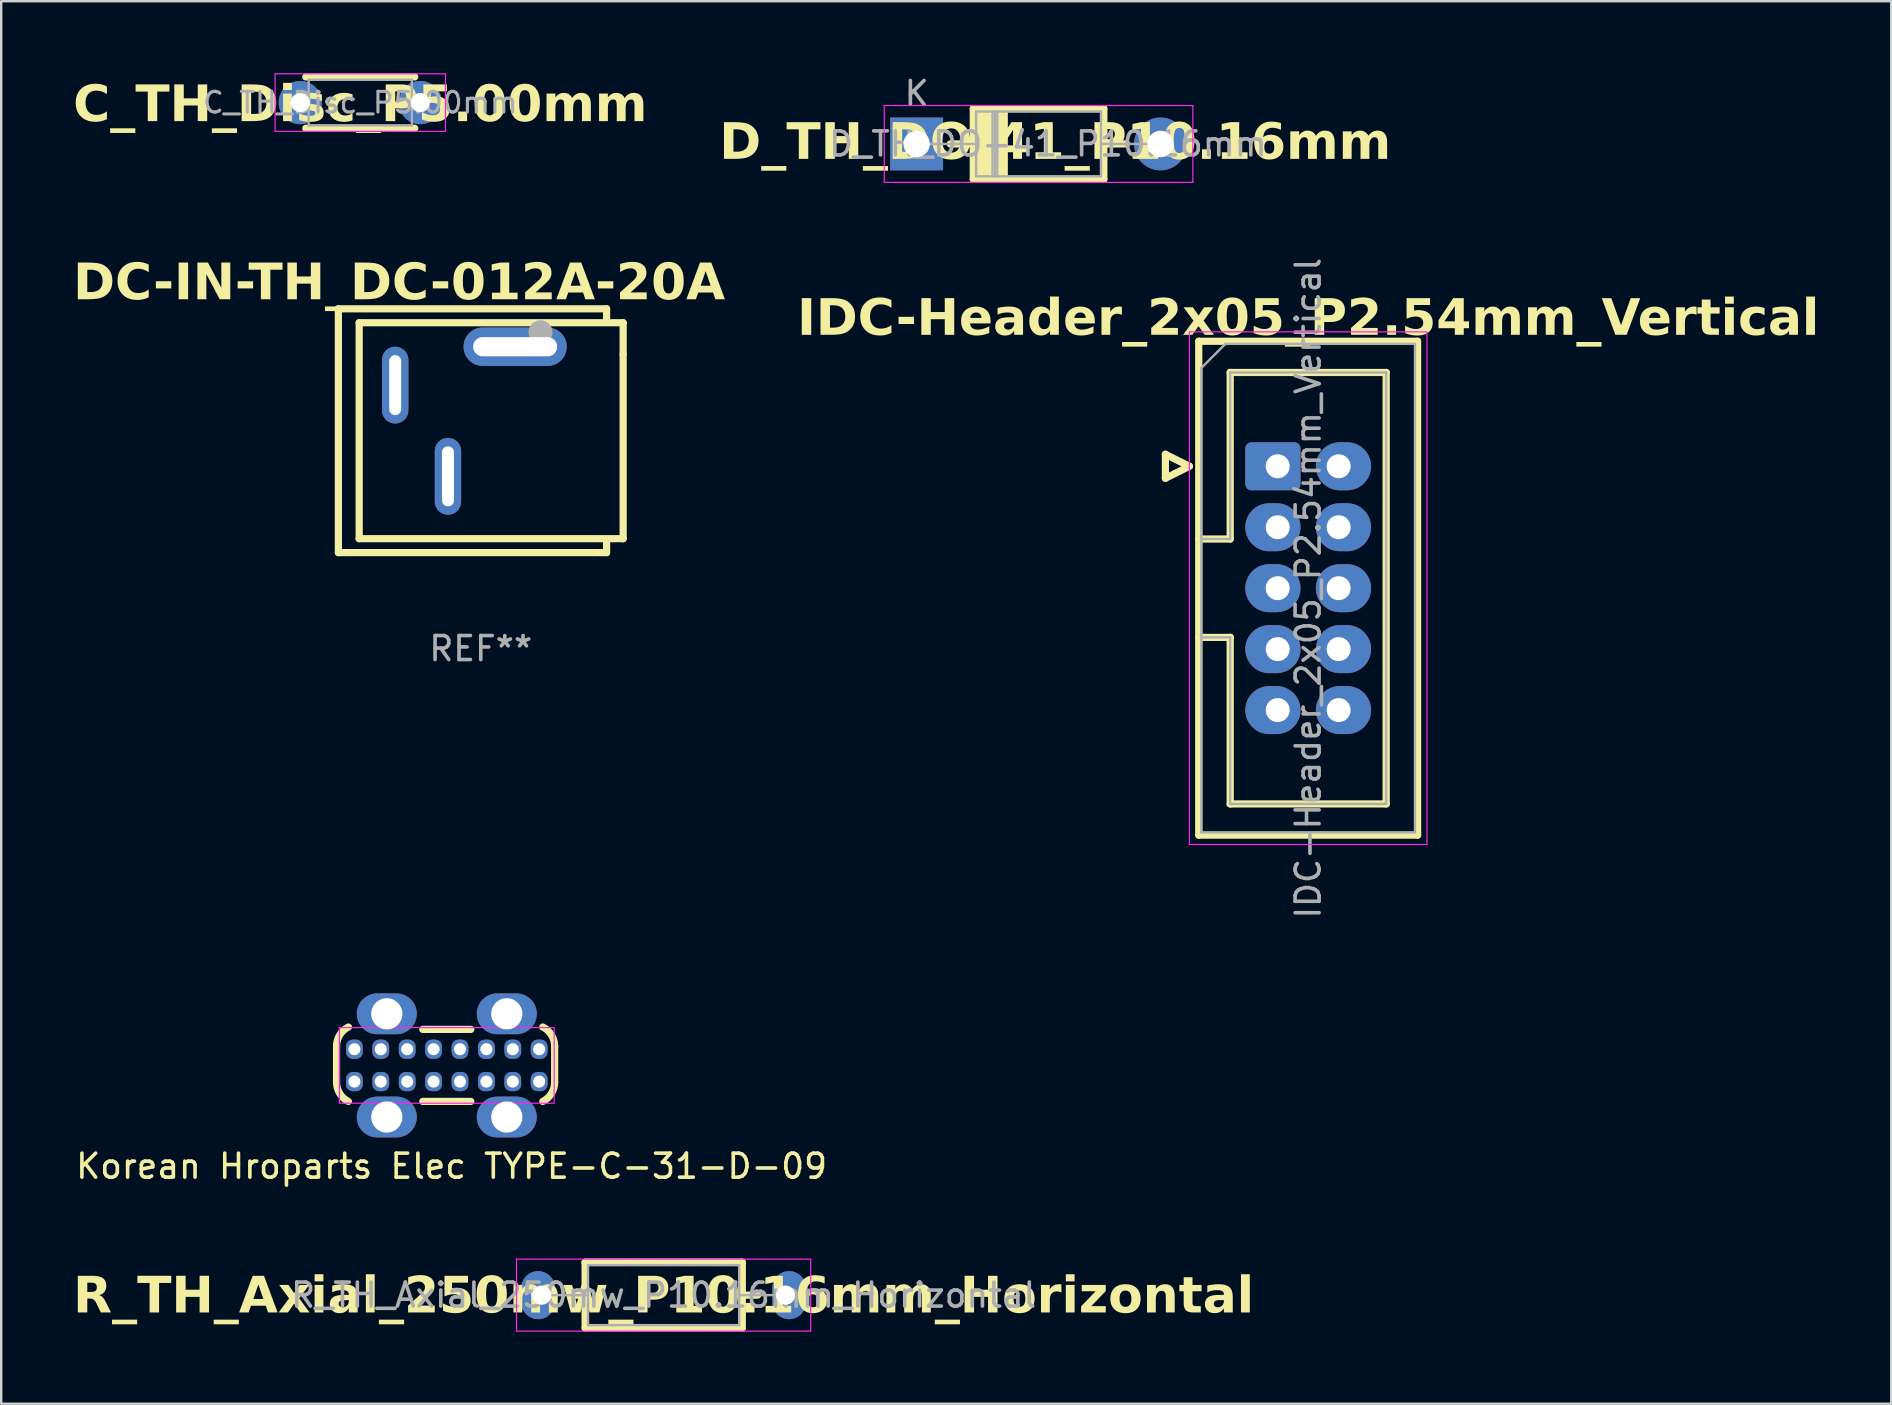
<source format=kicad_pcb>
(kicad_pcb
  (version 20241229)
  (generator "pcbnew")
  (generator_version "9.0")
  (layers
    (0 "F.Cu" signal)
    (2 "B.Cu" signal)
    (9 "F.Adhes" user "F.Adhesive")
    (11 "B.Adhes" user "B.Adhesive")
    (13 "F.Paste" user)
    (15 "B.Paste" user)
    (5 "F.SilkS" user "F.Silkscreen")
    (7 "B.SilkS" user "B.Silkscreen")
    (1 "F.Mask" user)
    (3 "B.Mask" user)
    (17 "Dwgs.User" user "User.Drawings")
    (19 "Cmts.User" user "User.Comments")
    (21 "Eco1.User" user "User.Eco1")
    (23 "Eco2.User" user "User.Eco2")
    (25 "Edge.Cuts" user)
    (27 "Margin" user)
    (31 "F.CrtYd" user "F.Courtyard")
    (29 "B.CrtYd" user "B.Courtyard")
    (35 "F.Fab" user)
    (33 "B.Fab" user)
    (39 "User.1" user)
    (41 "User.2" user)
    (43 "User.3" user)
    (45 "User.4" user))
  (footprint "C_TH_Disc_P5.00mm"
    (layer "F.Cu")
    (at 9.463 1.225)
    (property "Reference" "C_TH_Disc_P5.00mm" (at 2.5 0.15 0) (layer "F.SilkS") (effects (font (face "Dosis") (size 1.5 1.5) (thickness 0.2) (bold yes))))
    (attr through_hole)
    (fp_line (start 0.23 -1.07) (end 0.23 -1.055) (stroke (width 0.12) (type solid)) (layer "F.SilkS"))
    (fp_line (start 0.23 -1.07) (end 4.77 -1.07) (stroke (width 0.3) (type solid)) (layer "F.SilkS"))
    (fp_line (start 0.23 1.055) (end 0.23 1.07) (stroke (width 0.12) (type solid)) (layer "F.SilkS"))
    (fp_line (start 0.23 1.07) (end 4.77 1.07) (stroke (width 0.3) (type solid)) (layer "F.SilkS"))
    (fp_line (start 4.77 -1.07) (end 4.77 -1.055) (stroke (width 0.12) (type solid)) (layer "F.SilkS"))
    (fp_line (start 4.77 1.055) (end 4.77 1.07) (stroke (width 0.12) (type solid)) (layer "F.SilkS"))
    (fp_line (start -1.05 -1.2) (end -1.05 1.2) (stroke (width 0.05) (type solid)) (layer "F.CrtYd"))
    (fp_line (start -1.05 1.2) (end 6.05 1.2) (stroke (width 0.05) (type solid)) (layer "F.CrtYd"))
    (fp_line (start 6.05 -1.2) (end -1.05 -1.2) (stroke (width 0.05) (type solid)) (layer "F.CrtYd"))
    (fp_line (start 6.05 1.2) (end 6.05 -1.2) (stroke (width 0.05) (type solid)) (layer "F.CrtYd"))
    (fp_line (start 0.35 -0.95) (end 0.35 0.95) (stroke (width 0.1) (type solid)) (layer "F.Fab"))
    (fp_line (start 0.35 0.95) (end 4.65 0.95) (stroke (width 0.1) (type solid)) (layer "F.Fab"))
    (fp_line (start 4.65 -0.95) (end 0.35 -0.95) (stroke (width 0.1) (type solid)) (layer "F.Fab"))
    (fp_line (start 4.65 0.95) (end 4.65 -0.95) (stroke (width 0.1) (type solid)) (layer "F.Fab"))
    (fp_text user "${REFERENCE}" (at 2.5 0 0) (layer "F.Fab") (effects (font (size 0.86 0.86) (thickness 0.129))))
    (pad "1" thru_hole circle (at 0 0) (size 1.8 1.8) (drill 0.8) (layers "*.Cu" "*.Mask"))
    (pad "2" thru_hole circle (at 5 0) (size 1.8 1.8) (drill 0.8) (layers "*.Cu" "*.Mask")))
  (footprint "D_TH_DO-41_P10.16mm"
    (layer "F.Cu")
    (at 35.148 2.948)
    (property "Reference" "D_TH_DO-41_P10.16mm" (at 5.775 0 0) (layer "F.SilkS") (effects (font (face "Dosis") (size 1.5 1.5) (thickness 0.2) (bold yes))))
    (attr through_hole)
    (fp_line (start 1.4 0) (end 2.35 0) (stroke (width 0.3) (type solid)) (layer "F.SilkS"))
    (fp_line (start 2.36 -1.47) (end 2.36 1.47) (stroke (width 0.3) (type solid)) (layer "F.SilkS"))
    (fp_line (start 2.36 1.47) (end 7.8 1.47) (stroke (width 0.3) (type solid)) (layer "F.SilkS"))
    (fp_line (start 7.8 -1.47) (end 2.36 -1.47) (stroke (width 0.3) (type solid)) (layer "F.SilkS"))
    (fp_line (start 7.8 -1.47) (end 3.75 -1.5) (stroke (width 0.12) (type default)) (layer "F.SilkS"))
    (fp_line (start 7.8 0) (end 8.75 0) (stroke (width 0.3) (type solid)) (layer "F.SilkS"))
    (fp_line (start 7.8 1.47) (end 7.8 -1.47) (stroke (width 0.3) (type solid)) (layer "F.SilkS"))
    (fp_poly (pts (xy 2.36 -1.47) (xy 2.36 1.47) (xy 3.75 1.5) (xy 3.75 -1.5)) (stroke (width 0.1) (type solid)) (fill yes) (layer "F.SilkS"))
    (fp_line (start -1.35 -1.6) (end -1.35 1.6) (stroke (width 0.05) (type solid)) (layer "F.CrtYd"))
    (fp_line (start -1.35 1.6) (end 11.51 1.6) (stroke (width 0.05) (type solid)) (layer "F.CrtYd"))
    (fp_line (start 11.51 -1.6) (end -1.35 -1.6) (stroke (width 0.05) (type solid)) (layer "F.CrtYd"))
    (fp_line (start 11.51 1.6) (end 11.51 -1.6) (stroke (width 0.05) (type solid)) (layer "F.CrtYd"))
    (fp_line (start 0 0) (end 2.48 0) (stroke (width 0.1) (type solid)) (layer "F.Fab"))
    (fp_line (start 2.48 -1.35) (end 2.48 1.35) (stroke (width 0.1) (type solid)) (layer "F.Fab"))
    (fp_line (start 2.48 1.35) (end 7.68 1.35) (stroke (width 0.1) (type solid)) (layer "F.Fab"))
    (fp_line (start 3.16 -1.35) (end 3.16 1.35) (stroke (width 0.1) (type solid)) (layer "F.Fab"))
    (fp_line (start 3.26 -1.35) (end 3.26 1.35) (stroke (width 0.1) (type solid)) (layer "F.Fab"))
    (fp_line (start 3.36 -1.35) (end 3.36 1.35) (stroke (width 0.1) (type solid)) (layer "F.Fab"))
    (fp_line (start 7.68 -1.35) (end 2.48 -1.35) (stroke (width 0.1) (type solid)) (layer "F.Fab"))
    (fp_line (start 7.68 1.35) (end 7.68 -1.35) (stroke (width 0.1) (type solid)) (layer "F.Fab"))
    (fp_line (start 10.16 0) (end 7.68 0) (stroke (width 0.1) (type solid)) (layer "F.Fab"))
    (fp_text user "K" (at 0 -2.1 0) (layer "F.Fab") (effects (font (size 1 1) (thickness 0.15))))
    (fp_text user "${REFERENCE}" (at 5.47 0 0) (layer "F.Fab") (effects (font (size 1 1) (thickness 0.15))))
    (pad "1" thru_hole rect (at 0 0) (size 2.2 2.2) (drill 1.1) (layers "*.Cu" "*.Mask"))
    (pad "2" thru_hole oval (at 10.16 0) (size 2.2 2.2) (drill 1.1) (layers "*.Cu" "*.Mask")))
  (footprint "DC-IN-TH_DC-012A-20A"
    (layer "F.Cu")
    (at 16.984 14.898)
    (property "Reference" "DC-IN-TH_DC-012A-20A" (at -3.4 -6.1 0) (layer "F.SilkS") (effects (font (face "Dosis") (size 1.5 1.5) (thickness 0.3) (bold yes))))
    (attr through_hole)
    (fp_line (start -5.933 -5.08) (end -5.933 5.08) (stroke (width 0.3) (type solid)) (layer "F.SilkS"))
    (fp_line (start -5.933 5.08) (end 5.243 5.08) (stroke (width 0.3) (type solid)) (layer "F.SilkS"))
    (fp_line (start -5.067 4.5) (end -5.067 -4.5) (stroke (width 0.3) (type solid)) (layer "F.SilkS"))
    (fp_line (start -5.067 4.5) (end 5.933 4.5) (stroke (width 0.3) (type solid)) (layer "F.SilkS"))
    (fp_line (start 5.243 -5.08) (end -5.933 -5.08) (stroke (width 0.3) (type solid)) (layer "F.SilkS"))
    (fp_line (start 5.243 -4.572) (end 5.243 -5.08) (stroke (width 0.3) (type solid)) (layer "F.SilkS"))
    (fp_line (start 5.243 5.08) (end 5.243 4.572) (stroke (width 0.3) (type solid)) (layer "F.SilkS"))
    (fp_line (start 5.933 -4.5) (end -5.067 -4.5) (stroke (width 0.3) (type solid)) (layer "F.SilkS"))
    (fp_line (start 5.933 -4.501) (end 5.933 -3.18) (stroke (width 0.3) (type solid)) (layer "F.SilkS"))
    (fp_line (start 5.933 -3.18) (end 5.933 4.501) (stroke (width 0.3) (type solid)) (layer "F.SilkS"))
    (fp_circle (center 2.489 -4.102) (end 2.739 -4.102) (stroke (width 0.5) (type solid)) (fill no) (layer "F.Fab"))
    (fp_text user "REF**" (at 0 9.08 0) (layer "F.Fab") (effects (font (size 1 1) (thickness 0.15))))
    (pad "1" thru_hole oval (at 1.433 -3.5 90) (size 1.6 4.3) (drill oval 0.8 3.5) (layers "*.Cu" "*.Mask"))
    (pad "2" thru_hole oval (at -3.566 -1.9 180) (size 1.1 3.2) (drill oval 0.5 2.5) (layers "*.Cu" "*.Mask"))
    (pad "3" thru_hole oval (at -1.367 1.9 180) (size 1.1 3.2) (drill oval 0.5 2.5) (layers "*.Cu" "*.Mask")))
  (footprint "Korean Hroparts Elec TYPE-C-31-D-09"
    (layer "F.Cu")
    (at 15.568 41.347)
    (property "Reference" "Korean Hroparts Elec TYPE-C-31-D-09" (at 0.2 4.2 0) (layer "F.SilkS") (effects (font (size 1 1) (thickness 0.15))))
    (attr through_hole)
    (fp_line (start -4.594 0.7) (end -4.594 -0.8) (stroke (width 0.3) (type default)) (layer "F.SilkS"))
    (fp_line (start -1 -1.5) (end 1 -1.5) (stroke (width 0.3) (type solid)) (layer "F.SilkS"))
    (fp_line (start -1 1.5) (end 1 1.5) (stroke (width 0.3) (type solid)) (layer "F.SilkS"))
    (fp_line (start 4.494 -0.8) (end 4.494 0.7) (stroke (width 0.3) (type default)) (layer "F.SilkS"))
    (fp_arc (start -4.594428 -0.8) (mid -4.460846 -1.270228) (end -4.100001 -1.6) (stroke (width 0.3) (type default)) (layer "F.SilkS"))
    (fp_arc (start -4.100002 1.5) (mid -4.460847 1.170228) (end -4.594429 0.7) (stroke (width 0.3) (type default)) (layer "F.SilkS"))
    (fp_arc (start 4.000001 -1.6) (mid 4.360846 -1.270228) (end 4.494428 -0.8) (stroke (width 0.3) (type default)) (layer "F.SilkS"))
    (fp_arc (start 4.494427 0.7) (mid 4.360845 1.170228) (end 4 1.5) (stroke (width 0.3) (type default)) (layer "F.SilkS"))
    (fp_rect (start -4.475 -1.575) (end 4.475 1.575) (stroke (width 0.05) (type default)) (fill no) (layer "F.CrtYd"))
    (pad "A1" thru_hole roundrect (at -3.85 -0.675) (size 0.7 0.8) (drill 0.5) (layers "*.Cu" "*.Mask") (roundrect_rratio 0.4))
    (pad "A4" thru_hole roundrect (at -2.75 -0.675) (size 0.7 0.8) (drill 0.5) (layers "*.Cu" "*.Mask") (roundrect_rratio 0.4))
    (pad "A5" thru_hole roundrect (at -1.65 -0.675) (size 0.7 0.8) (drill 0.5) (layers "*.Cu" "*.Mask") (roundrect_rratio 0.4))
    (pad "A6" thru_hole roundrect (at -0.55 -0.675) (size 0.7 0.8) (drill 0.5) (layers "*.Cu" "*.Mask") (roundrect_rratio 0.4))
    (pad "A7" thru_hole roundrect (at 0.55 -0.675) (size 0.7 0.8) (drill 0.5) (layers "*.Cu" "*.Mask") (roundrect_rratio 0.4))
    (pad "A8" thru_hole roundrect (at 1.65 -0.675) (size 0.7 0.8) (drill 0.5) (layers "*.Cu" "*.Mask") (roundrect_rratio 0.4))
    (pad "A9" thru_hole roundrect (at 2.75 -0.675) (size 0.7 0.8) (drill 0.5) (layers "*.Cu" "*.Mask") (roundrect_rratio 0.4))
    (pad "A12" thru_hole roundrect (at 3.85 -0.675) (size 0.7 0.8) (drill 0.5) (layers "*.Cu" "*.Mask") (roundrect_rratio 0.4))
    (pad "B1" thru_hole roundrect (at 3.85 0.675) (size 0.7 0.8) (drill 0.5) (layers "*.Cu" "*.Mask") (roundrect_rratio 0.4))
    (pad "B4" thru_hole roundrect (at 2.75 0.675) (size 0.7 0.8) (drill 0.5) (layers "*.Cu" "*.Mask") (roundrect_rratio 0.4))
    (pad "B5" thru_hole roundrect (at 1.65 0.675) (size 0.7 0.8) (drill 0.5) (layers "*.Cu" "*.Mask") (roundrect_rratio 0.4))
    (pad "B6" thru_hole roundrect (at 0.55 0.675) (size 0.7 0.8) (drill 0.5) (layers "*.Cu" "*.Mask") (roundrect_rratio 0.4))
    (pad "B7" thru_hole roundrect (at -0.55 0.675) (size 0.7 0.8) (drill 0.5) (layers "*.Cu" "*.Mask") (roundrect_rratio 0.4))
    (pad "B8" thru_hole roundrect (at -1.65 0.675) (size 0.7 0.8) (drill 0.5) (layers "*.Cu" "*.Mask") (roundrect_rratio 0.4))
    (pad "B9" thru_hole roundrect (at -2.75 0.675) (size 0.7 0.8) (drill 0.5) (layers "*.Cu" "*.Mask") (roundrect_rratio 0.4))
    (pad "B12" thru_hole roundrect (at -3.85 0.675) (size 0.7 0.8) (drill 0.5) (layers "*.Cu" "*.Mask") (roundrect_rratio 0.4))
    (pad "S1" thru_hole oval (at -2.5 -2.15) (size 2.5 1.7) (drill 1.3) (layers "*.Cu" "*.Mask"))
    (pad "S1" thru_hole oval (at -2.5 2.15) (size 2.5 1.7) (drill 1.3) (layers "*.Cu" "*.Mask"))
    (pad "S1" thru_hole oval (at 2.5 -2.15) (size 2.5 1.7) (drill 1.3) (layers "*.Cu" "*.Mask"))
    (pad "S1" thru_hole oval (at 2.5 2.15) (size 2.5 1.7) (drill 1.3) (layers "*.Cu" "*.Mask")))
  (footprint "R_TH_Axial_250mw_P10.16mm_Horizontal"
    (layer "F.Cu")
    (at 19.523 50.92)
    (property "Reference" "R_TH_Axial_250mw_P10.16mm_Horizontal" (at 5.08 0.1 0) (layer "F.SilkS") (effects (font (face "Dosis") (size 1.5 1.5) (thickness 0.2) (bold yes))))
    (attr through_hole)
    (fp_line (start 1.2 0) (end 1.81 0) (stroke (width 0.3) (type solid)) (layer "F.SilkS"))
    (fp_line (start 1.81 -1.37) (end 1.81 1.37) (stroke (width 0.3) (type solid)) (layer "F.SilkS"))
    (fp_line (start 1.81 1.37) (end 8.35 1.37) (stroke (width 0.3) (type solid)) (layer "F.SilkS"))
    (fp_line (start 8.35 -1.37) (end 1.81 -1.37) (stroke (width 0.3) (type solid)) (layer "F.SilkS"))
    (fp_line (start 8.35 -1.37) (end 1.81 -1.37) (stroke (width 0.3) (type solid)) (layer "F.SilkS"))
    (fp_line (start 8.35 1.37) (end 8.35 -1.37) (stroke (width 0.3) (type solid)) (layer "F.SilkS"))
    (fp_line (start 8.35 1.37) (end 8.35 -1.37) (stroke (width 0.3) (type solid)) (layer "F.SilkS"))
    (fp_line (start 9 0) (end 8.35 0) (stroke (width 0.3) (type solid)) (layer "F.SilkS"))
    (fp_line (start -1.05 -1.5) (end -1.05 1.5) (stroke (width 0.05) (type solid)) (layer "F.CrtYd"))
    (fp_line (start -1.05 1.5) (end 11.21 1.5) (stroke (width 0.05) (type solid)) (layer "F.CrtYd"))
    (fp_line (start 11.21 -1.5) (end -1.05 -1.5) (stroke (width 0.05) (type solid)) (layer "F.CrtYd"))
    (fp_line (start 11.21 1.5) (end 11.21 -1.5) (stroke (width 0.05) (type solid)) (layer "F.CrtYd"))
    (fp_line (start 0 0) (end 1.93 0) (stroke (width 0.1) (type solid)) (layer "F.Fab"))
    (fp_line (start 1.93 -1.25) (end 1.93 1.25) (stroke (width 0.1) (type solid)) (layer "F.Fab"))
    (fp_line (start 1.93 1.25) (end 8.23 1.25) (stroke (width 0.1) (type solid)) (layer "F.Fab"))
    (fp_line (start 8.23 -1.25) (end 1.93 -1.25) (stroke (width 0.1) (type solid)) (layer "F.Fab"))
    (fp_line (start 8.23 1.25) (end 8.23 -1.25) (stroke (width 0.1) (type solid)) (layer "F.Fab"))
    (fp_line (start 10.16 0) (end 8.23 0) (stroke (width 0.1) (type solid)) (layer "F.Fab"))
    (fp_text user "${REFERENCE}" (at 5.08 0 0) (layer "F.Fab") (effects (font (size 1 1) (thickness 0.15))))
    (pad "1" thru_hole oval (at 0 0 180) (size 1.4 2) (drill 0.8 (offset 0.15 0)) (layers "*.Cu" "*.Mask"))
    (pad "2" thru_hole oval (at 10.16 0) (size 1.4 2) (drill 0.8 (offset 0.15 0)) (layers "*.Cu" "*.Mask")))
  (footprint "IDC-Header_2x05_P2.54mm_Vertical"
    (layer "F.Cu")
    (at 50.193 16.38)
    (property "Reference" "IDC-Header_2x05_P2.54mm_Vertical" (at 1.27 -6.1 0) (layer "F.SilkS") (effects (font (face "Dosis") (size 1.5 1.5) (thickness 0.2) (bold yes))))
    (attr through_hole)
    (fp_line (start -4.68 -0.5) (end -4.68 0.5) (stroke (width 0.3) (type solid)) (layer "F.SilkS"))
    (fp_line (start -4.68 0.5) (end -3.68 0) (stroke (width 0.3) (type solid)) (layer "F.SilkS"))
    (fp_line (start -3.68 0) (end -4.68 -0.5) (stroke (width 0.3) (type solid)) (layer "F.SilkS"))
    (fp_line (start -3.29 -5.21) (end 5.83 -5.21) (stroke (width 0.3) (type solid)) (layer "F.SilkS"))
    (fp_line (start -3.29 3.03) (end -1.98 3.03) (stroke (width 0.3) (type solid)) (layer "F.SilkS"))
    (fp_line (start -3.29 15.37) (end -3.29 -5.21) (stroke (width 0.3) (type solid)) (layer "F.SilkS"))
    (fp_line (start -1.98 -3.91) (end 4.52 -3.91) (stroke (width 0.3) (type solid)) (layer "F.SilkS"))
    (fp_line (start -1.98 3.03) (end -1.98 -3.91) (stroke (width 0.3) (type solid)) (layer "F.SilkS"))
    (fp_line (start -1.98 7.13) (end -3.29 7.13) (stroke (width 0.3) (type solid)) (layer "F.SilkS"))
    (fp_line (start -1.98 7.13) (end -1.98 7.13) (stroke (width 0.3) (type solid)) (layer "F.SilkS"))
    (fp_line (start -1.98 14.07) (end -1.98 7.13) (stroke (width 0.3) (type solid)) (layer "F.SilkS"))
    (fp_line (start 4.52 -3.91) (end 4.52 14.07) (stroke (width 0.3) (type solid)) (layer "F.SilkS"))
    (fp_line (start 4.52 14.07) (end -1.98 14.07) (stroke (width 0.3) (type solid)) (layer "F.SilkS"))
    (fp_line (start 5.83 -5.21) (end 5.83 15.37) (stroke (width 0.3) (type solid)) (layer "F.SilkS"))
    (fp_line (start 5.83 15.37) (end -3.29 15.37) (stroke (width 0.3) (type solid)) (layer "F.SilkS"))
    (fp_line (start -3.68 -5.6) (end -3.68 15.76) (stroke (width 0.05) (type solid)) (layer "F.CrtYd"))
    (fp_line (start -3.68 15.76) (end 6.22 15.76) (stroke (width 0.05) (type solid)) (layer "F.CrtYd"))
    (fp_line (start 6.22 -5.6) (end -3.68 -5.6) (stroke (width 0.05) (type solid)) (layer "F.CrtYd"))
    (fp_line (start 6.22 15.76) (end 6.22 -5.6) (stroke (width 0.05) (type solid)) (layer "F.CrtYd"))
    (fp_line (start -3.18 -4.1) (end -2.18 -5.1) (stroke (width 0.1) (type solid)) (layer "F.Fab"))
    (fp_line (start -3.18 3.03) (end -1.98 3.03) (stroke (width 0.1) (type solid)) (layer "F.Fab"))
    (fp_line (start -3.18 15.26) (end -3.18 -4.1) (stroke (width 0.1) (type solid)) (layer "F.Fab"))
    (fp_line (start -2.18 -5.1) (end 5.72 -5.1) (stroke (width 0.1) (type solid)) (layer "F.Fab"))
    (fp_line (start -1.98 -3.91) (end 4.52 -3.91) (stroke (width 0.1) (type solid)) (layer "F.Fab"))
    (fp_line (start -1.98 3.03) (end -1.98 -3.91) (stroke (width 0.1) (type solid)) (layer "F.Fab"))
    (fp_line (start -1.98 7.13) (end -3.18 7.13) (stroke (width 0.1) (type solid)) (layer "F.Fab"))
    (fp_line (start -1.98 7.13) (end -1.98 7.13) (stroke (width 0.1) (type solid)) (layer "F.Fab"))
    (fp_line (start -1.98 14.07) (end -1.98 7.13) (stroke (width 0.1) (type solid)) (layer "F.Fab"))
    (fp_line (start 4.52 -3.91) (end 4.52 14.07) (stroke (width 0.1) (type solid)) (layer "F.Fab"))
    (fp_line (start 4.52 14.07) (end -1.98 14.07) (stroke (width 0.1) (type solid)) (layer "F.Fab"))
    (fp_line (start 5.72 -5.1) (end 5.72 15.26) (stroke (width 0.1) (type solid)) (layer "F.Fab"))
    (fp_line (start 5.72 15.26) (end -3.18 15.26) (stroke (width 0.1) (type solid)) (layer "F.Fab"))
    (fp_text user "${REFERENCE}" (at 1.27 5.08 90) (layer "F.Fab") (effects (font (size 1 1) (thickness 0.15))))
    (pad "1" thru_hole roundrect (at 0 0) (size 2.3 2) (drill 1 (offset -0.2 0)) (layers "*.Cu" "*.Mask") (roundrect_rratio 0.125))
    (pad "2" thru_hole oval (at 2.54 0) (size 2.3 2) (drill 1 (offset 0.2 0)) (layers "*.Cu" "*.Mask"))
    (pad "3" thru_hole oval (at 0 2.54) (size 2.3 2) (drill 1 (offset -0.2 0)) (layers "*.Cu" "*.Mask"))
    (pad "4" thru_hole oval (at 2.54 2.54) (size 2.3 2) (drill 1 (offset 0.2 0)) (layers "*.Cu" "*.Mask"))
    (pad "5" thru_hole oval (at 0 5.08) (size 2.3 2) (drill 1 (offset -0.2 0)) (layers "*.Cu" "*.Mask"))
    (pad "6" thru_hole oval (at 2.54 5.08) (size 2.3 2) (drill 1 (offset 0.2 0)) (layers "*.Cu" "*.Mask"))
    (pad "7" thru_hole oval (at 0 7.62) (size 2.3 2) (drill 1 (offset -0.2 0)) (layers "*.Cu" "*.Mask"))
    (pad "8" thru_hole oval (at 2.54 7.62) (size 2.3 2) (drill 1 (offset 0.2 0)) (layers "*.Cu" "*.Mask"))
    (pad "9" thru_hole oval (at 0 10.16) (size 2.3 2) (drill 1 (offset -0.2 0)) (layers "*.Cu" "*.Mask"))
    (pad "10" thru_hole oval (at 2.54 10.16) (size 2.3 2) (drill 1 (offset 0.2 0)) (layers "*.Cu" "*.Mask")))
  (gr_rect
    (start -3 -3)
    (end 75.759 55.445)
    (stroke (width 0.1) (type default))
    (fill no)
    (layer "Edge.Cuts")))
</source>
